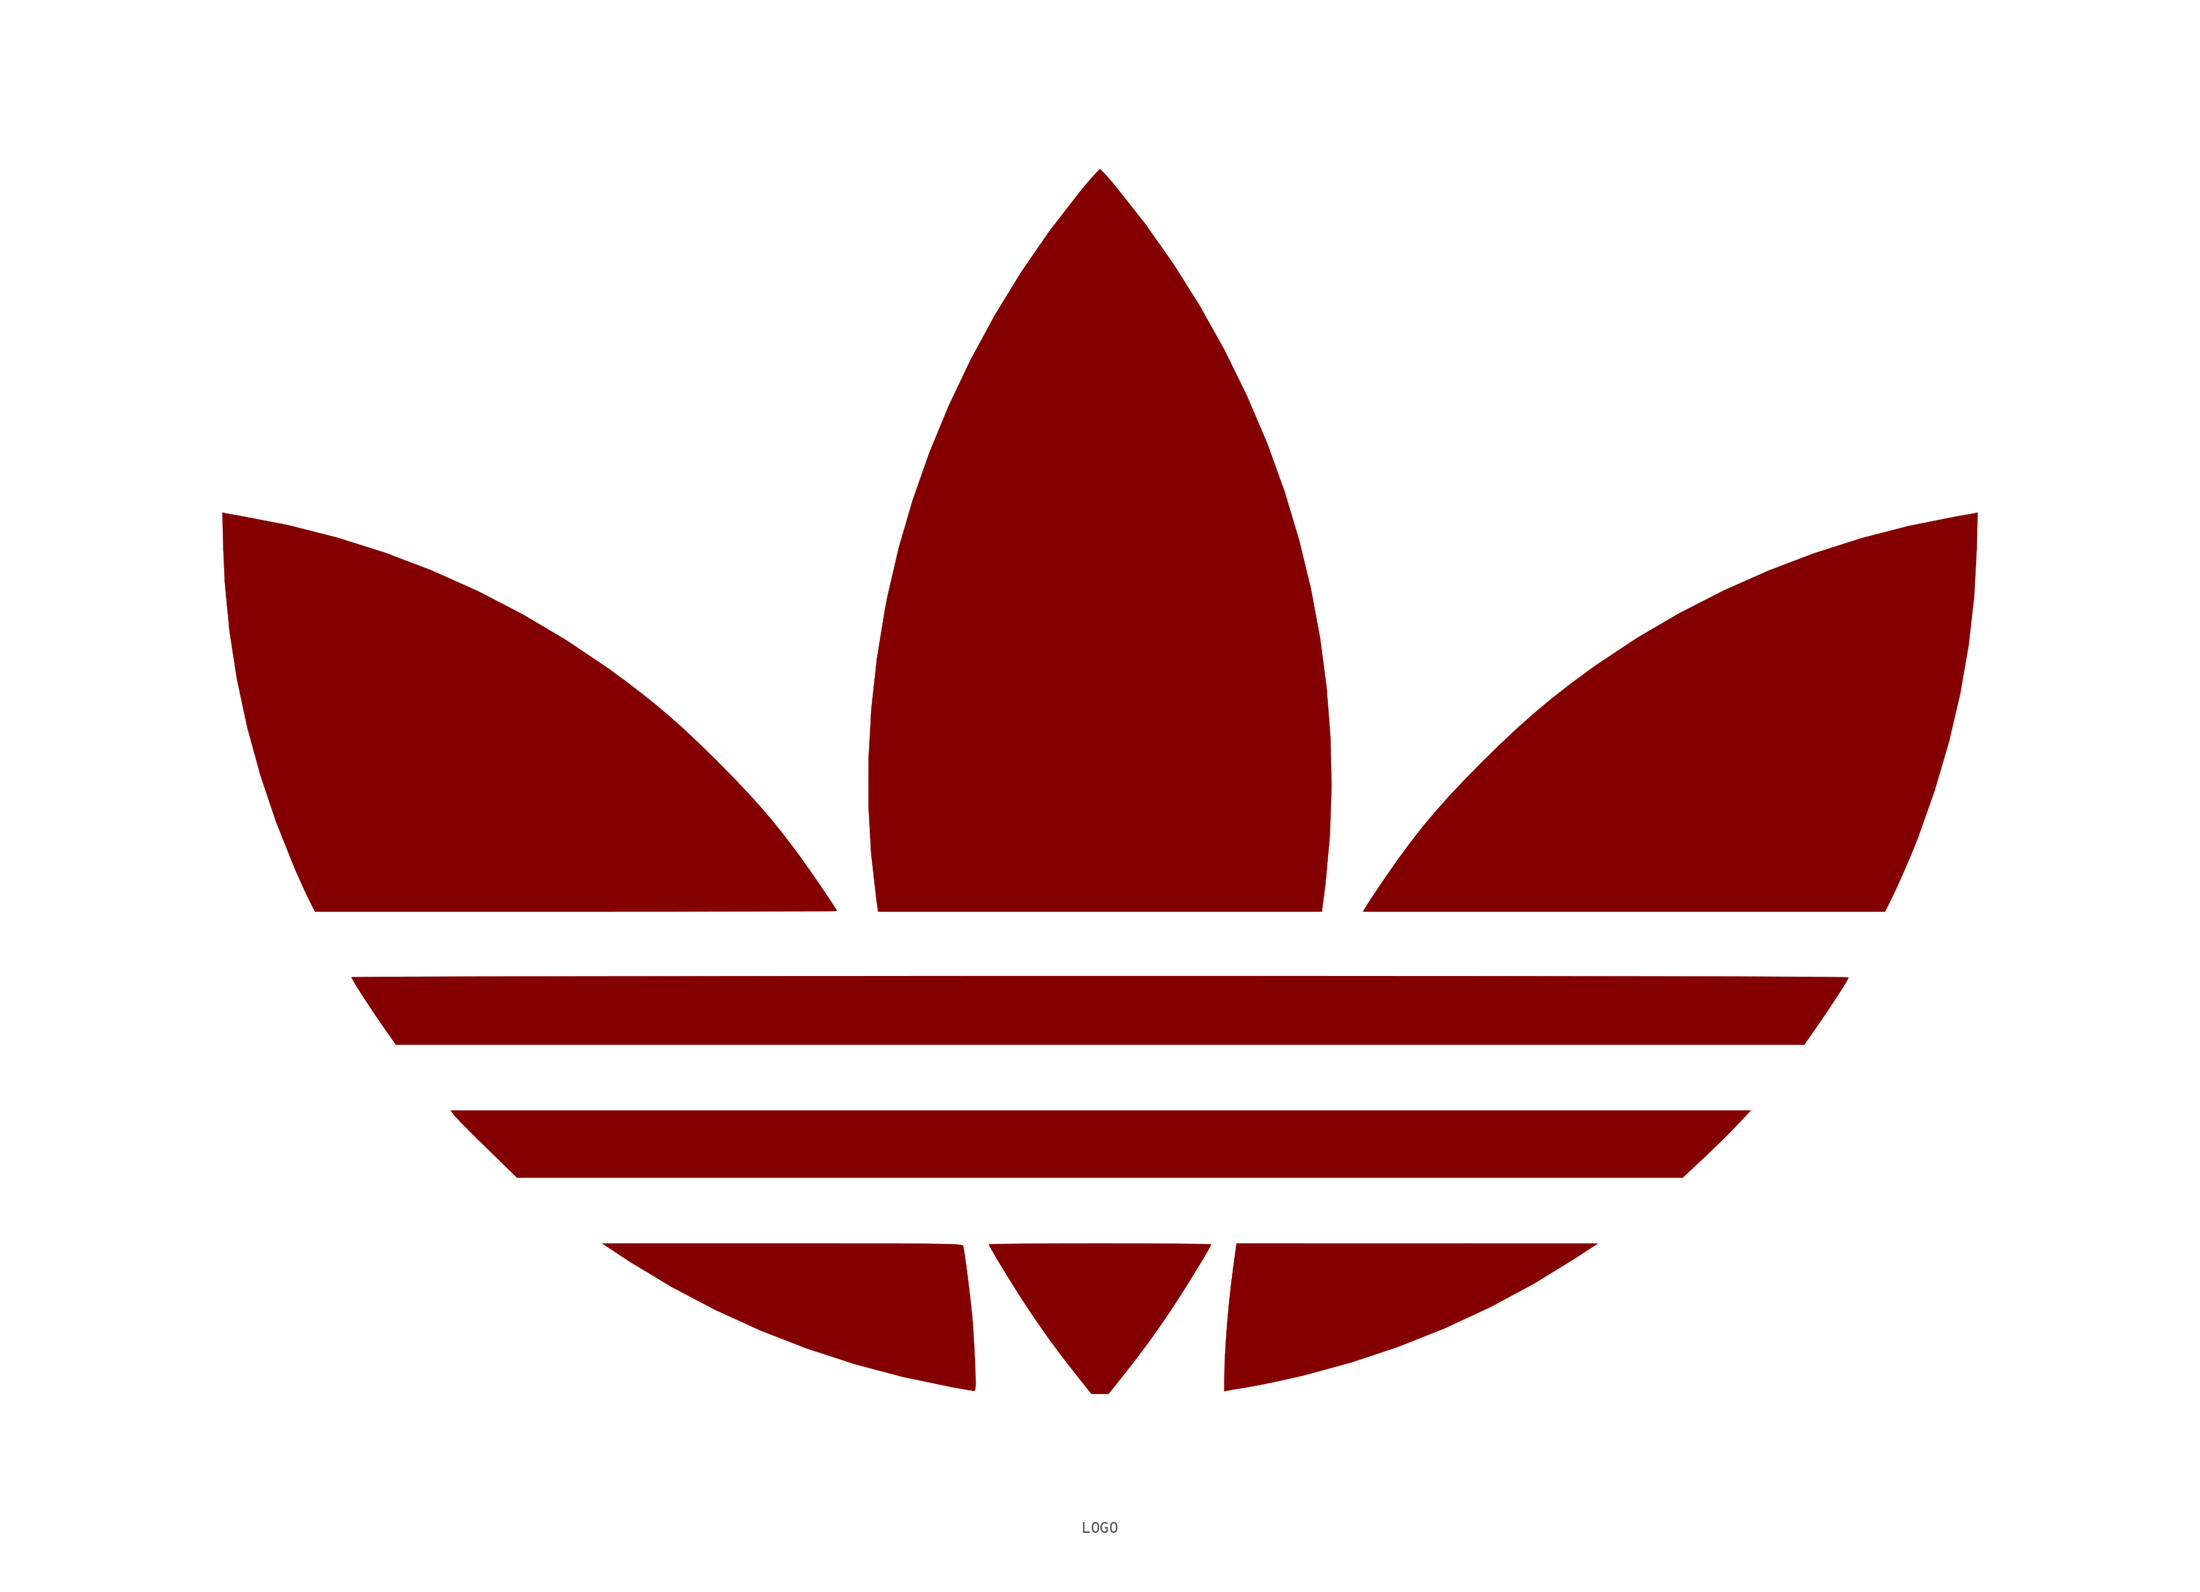
<source format=kicad_sym>
(kicad_symbol_lib
  (version 20210619)
  (generator bitmap2component)
  (symbol "LOGO"
    (pin_names
      (offset 1.016))
    (property "Reference" "#G"
      (at 0 51.792 0)
      (effects (font (size 1.27 1.27)) hide))
    (symbol "LOGO_0_0"
      (polyline (pts (xy 1.847 -51.019) (xy 2.143 -50.646) (xy 3.01 -49.536) (xy 3.777 -48.522) (xy 4.497 -47.534) (xy 5.221 -46.502) (xy 5.999 -45.357) (xy 6.004 -45.35) (xy 6.405 -44.742) (xy 6.848 -44.057) (xy 7.312 -43.326) (xy 7.777 -42.581) (xy 8.225 -41.854) (xy 8.635 -41.178) (xy 8.988 -40.585) (xy 9.265 -40.105) (xy 9.445 -39.773) (xy 9.509 -39.618) (xy 9.507 -39.617) (xy 9.354 -39.604) (xy 8.973 -39.592) (xy 8.382 -39.581) (xy 7.601 -39.571) (xy 6.65 -39.562) (xy 5.546 -39.554) (xy 4.31 -39.548) (xy 2.961 -39.543) (xy 1.518 -39.54) (xy 0 -39.539) (xy -0.2 -39.539) (xy -1.709 -39.54) (xy -3.141 -39.543) (xy -4.477 -39.548) (xy -5.697 -39.555) (xy -6.782 -39.563) (xy -7.712 -39.572) (xy -8.47 -39.582) (xy -9.034 -39.594) (xy -9.387 -39.606) (xy -9.509 -39.618) (xy -9.509 -39.619) (xy -9.443 -39.776) (xy -9.262 -40.111) (xy -8.984 -40.591) (xy -8.63 -41.186) (xy -8.22 -41.863) (xy -7.772 -42.59) (xy -7.306 -43.334) (xy -6.842 -44.065) (xy -6.4 -44.75) (xy -5.999 -45.357) (xy -5.75 -45.727) (xy -4.994 -46.83) (xy -4.277 -47.841) (xy -3.547 -48.829) (xy -2.755 -49.865) (xy -1.847 -51.019) (xy -0.728 -52.427) (xy 0.728 -52.427) (xy 1.847 -51.019)) (stroke (width 0.01)) (fill (type outline)))
      (polyline (pts (xy -10.715 -52.139) (xy -10.671 -52.023) (xy -10.647 -51.785) (xy -10.643 -51.393) (xy -10.655 -50.815) (xy -10.683 -50.018) (xy -10.697 -49.679) (xy -10.741 -48.768) (xy -10.792 -47.828) (xy -10.846 -46.952) (xy -10.897 -46.233) (xy -10.94 -45.754) (xy -11.01 -45.064) (xy -11.096 -44.281) (xy -11.194 -43.446) (xy -11.297 -42.602) (xy -11.401 -41.793) (xy -11.5 -41.061) (xy -11.588 -40.449) (xy -11.66 -40.001) (xy -11.711 -39.758) (xy -11.713 -39.753) (xy -11.736 -39.721) (xy -11.787 -39.692) (xy -11.882 -39.667) (xy -12.031 -39.644) (xy -12.248 -39.625) (xy -12.546 -39.608) (xy -12.939 -39.593) (xy -13.439 -39.581) (xy -14.058 -39.57) (xy -14.811 -39.562) (xy -15.711 -39.555) (xy -16.769 -39.549) (xy -18 -39.545) (xy -19.415 -39.543) (xy -21.029 -39.541) (xy -22.855 -39.539) (xy -24.904 -39.539) (xy -27.191 -39.539) (xy -42.603 -39.539) (xy -41.226 -40.459) (xy -40.265 -41.09) (xy -36.68 -43.254) (xy -32.954 -45.217) (xy -29.099 -46.975) (xy -25.127 -48.522) (xy -21.051 -49.853) (xy -16.883 -50.964) (xy -12.637 -51.849) (xy -12.472 -51.878) (xy -11.856 -51.987) (xy -11.334 -52.077) (xy -10.956 -52.139) (xy -10.773 -52.164) (xy -10.715 -52.139)) (stroke (width 0.01)) (fill (type outline)))
      (polyline (pts (xy 10.98 -52.126) (xy 11.258 -52.075) (xy 11.7 -52) (xy 12.194 -51.922) (xy 12.281 -51.908) (xy 12.777 -51.822) (xy 13.426 -51.701) (xy 14.153 -51.559) (xy 14.885 -51.411) (xy 17.377 -50.852) (xy 21.515 -49.724) (xy 25.574 -48.367) (xy 29.539 -46.788) (xy 33.397 -44.992) (xy 37.131 -42.986) (xy 40.728 -40.775) (xy 42.605 -39.544) (xy 27.144 -39.541) (xy 11.683 -39.539) (xy 11.413 -41.51) (xy 11.207 -43.128) (xy 11.016 -44.899) (xy 10.859 -46.658) (xy 10.741 -48.346) (xy 10.665 -49.906) (xy 10.637 -51.279) (xy 10.636 -52.196) (xy 10.98 -52.126)) (stroke (width 0.01)) (fill (type outline)))
      (polyline (pts (xy 51.576 -32.313) (xy 51.949 -31.961) (xy 52.639 -31.297) (xy 53.336 -30.613) (xy 53.975 -29.971) (xy 54.494 -29.435) (xy 55.705 -28.153) (xy -55.572 -28.153) (xy -55.314 -28.515) (xy -55.301 -28.531) (xy -55.121 -28.735) (xy -54.791 -29.082) (xy -54.336 -29.548) (xy -53.781 -30.105) (xy -53.152 -30.729) (xy -52.475 -31.392) (xy -49.894 -33.908) (xy 49.869 -33.908) (xy 51.576 -32.313)) (stroke (width 0.01)) (fill (type outline)))
      (polyline (pts (xy 61.217 -21.177) (xy 61.236 -21.15) (xy 61.733 -20.431) (xy 62.23 -19.699) (xy 62.706 -18.984) (xy 63.14 -18.318) (xy 63.514 -17.733) (xy 63.805 -17.259) (xy 63.995 -16.928) (xy 64.063 -16.772) (xy 64.038 -16.767) (xy 63.84 -16.756) (xy 63.444 -16.746) (xy 62.848 -16.736) (xy 62.049 -16.727) (xy 61.045 -16.719) (xy 59.833 -16.71) (xy 58.412 -16.703) (xy 56.779 -16.695) (xy 54.932 -16.689) (xy 52.869 -16.683) (xy 50.587 -16.677) (xy 48.084 -16.671) (xy 45.358 -16.666) (xy 42.407 -16.662) (xy 39.228 -16.658) (xy 35.819 -16.654) (xy 32.178 -16.651) (xy 28.302 -16.649) (xy 24.19 -16.646) (xy 19.839 -16.645) (xy 15.247 -16.643) (xy 10.411 -16.642) (xy 5.33 -16.642) (xy 0 -16.641) (xy -1.166 -16.641) (xy -5.14 -16.642) (xy -9.049 -16.642) (xy -12.885 -16.643) (xy -16.642 -16.645) (xy -20.311 -16.647) (xy -23.885 -16.649) (xy -27.357 -16.651) (xy -30.719 -16.654) (xy -33.964 -16.657) (xy -37.085 -16.661) (xy -40.075 -16.665) (xy -42.925 -16.669) (xy -45.628 -16.673) (xy -48.177 -16.677) (xy -50.565 -16.682) (xy -52.785 -16.687) (xy -54.828 -16.692) (xy -56.687 -16.697) (xy -58.355 -16.703) (xy -59.825 -16.709) (xy -61.089 -16.715) (xy -62.14 -16.721) (xy -62.97 -16.727) (xy -63.572 -16.733) (xy -63.939 -16.739) (xy -64.063 -16.746) (xy -64.063 -16.746) (xy -63.995 -16.904) (xy -63.807 -17.234) (xy -63.519 -17.704) (xy -63.154 -18.281) (xy -62.731 -18.931) (xy -62.274 -19.621) (xy -61.802 -20.318) (xy -61.338 -20.989) (xy -60.263 -22.522) (xy 60.276 -22.522) (xy 61.217 -21.177)) (stroke (width 0.01)) (fill (type outline)))
      (polyline (pts (xy -43.622 -11.136) (xy -41.312 -11.135) (xy -39.077 -11.134) (xy -36.929 -11.132) (xy -34.88 -11.129) (xy -32.945 -11.126) (xy -31.134 -11.122) (xy -29.46 -11.118) (xy -27.936 -11.113) (xy -26.575 -11.108) (xy -25.389 -11.102) (xy -24.39 -11.097) (xy -23.592 -11.09) (xy -23.006 -11.084) (xy -22.645 -11.077) (xy -22.522 -11.07) (xy -22.525 -11.059) (xy -22.619 -10.886) (xy -22.832 -10.549) (xy -23.14 -10.079) (xy -23.522 -9.508) (xy -23.955 -8.871) (xy -24.418 -8.198) (xy -24.887 -7.523) (xy -25.341 -6.879) (xy -25.757 -6.297) (xy -26.114 -5.811) (xy -26.265 -5.609) (xy -27.212 -4.377) (xy -28.152 -3.215) (xy -29.126 -2.079) (xy -30.174 -0.922) (xy -31.335 0.301) (xy -32.65 1.636) (xy -33.152 2.136) (xy -34.471 3.421) (xy -35.698 4.57) (xy -36.884 5.626) (xy -38.078 6.633) (xy -39.33 7.632) (xy -40.687 8.668) (xy -42.091 9.695) (xy -45.7 12.12) (xy -49.423 14.327) (xy -53.252 16.311) (xy -57.179 18.069) (xy -61.196 19.598) (xy -65.293 20.893) (xy -69.463 21.952) (xy -73.698 22.77) (xy -74.104 22.839) (xy -74.531 22.915) (xy -74.811 22.97) (xy -75.112 23.037) (xy -75.036 19.933) (xy -74.903 17.027) (xy -74.505 12.884) (xy -73.863 8.746) (xy -72.981 4.631) (xy -71.862 0.553) (xy -70.509 -3.474) (xy -68.926 -7.433) (xy -68.848 -7.612) (xy -68.527 -8.336) (xy -68.202 -9.053) (xy -67.907 -9.688) (xy -67.675 -10.166) (xy -67.188 -11.136) (xy -44.855 -11.136) (xy -43.622 -11.136)) (stroke (width 0.01)) (fill (type outline)))
      (polyline (pts (xy 19.189 -9.603) (xy 19.304 -8.702) (xy 19.679 -4.566) (xy 19.817 -0.379) (xy 19.721 3.841) (xy 19.393 8.076) (xy 18.836 12.308) (xy 18.051 16.519) (xy 17.041 20.69) (xy 15.809 24.803) (xy 14.356 28.841) (xy 14.239 29.137) (xy 12.562 33.062) (xy 10.671 36.912) (xy 8.582 40.661) (xy 6.311 44.28) (xy 3.876 47.742) (xy 1.292 51.019) (xy 1.106 51.239) (xy 0.702 51.708) (xy 0.361 52.084) (xy 0.117 52.335) (xy 0 52.427) (xy -0.033 52.409) (xy -0.208 52.245) (xy -0.497 51.936) (xy -0.869 51.516) (xy -1.292 51.019) (xy -1.718 50.504) (xy -4.33 47.128) (xy -6.77 43.587) (xy -9.026 39.899) (xy -11.091 36.087) (xy -12.954 32.169) (xy -14.606 28.165) (xy -16.036 24.097) (xy -17.236 19.983) (xy -18.195 15.845) (xy -18.394 14.823) (xy -19.096 10.523) (xy -19.567 6.263) (xy -19.806 2.054) (xy -19.814 -2.094) (xy -19.588 -6.17) (xy -19.131 -10.166) (xy -18.99 -11.136) (xy 18.985 -11.136) (xy 19.189 -9.603)) (stroke (width 0.01)) (fill (type outline)))
      (polyline (pts (xy 67.687 -10.144) (xy 67.699 -10.121) (xy 67.97 -9.555) (xy 68.306 -8.821) (xy 68.681 -7.98) (xy 69.067 -7.091) (xy 69.438 -6.217) (xy 69.767 -5.418) (xy 70.029 -4.755) (xy 71.452 -0.716) (xy 72.666 3.425) (xy 73.631 7.564) (xy 74.348 11.703) (xy 74.817 15.846) (xy 75.039 19.995) (xy 75.111 23.037) (xy 74.811 22.97) (xy 74.582 22.925) (xy 74.171 22.85) (xy 73.698 22.77) (xy 73.286 22.702) (xy 69.201 21.886) (xy 65.14 20.833) (xy 61.127 19.552) (xy 57.184 18.051) (xy 53.331 16.339) (xy 49.592 14.425) (xy 45.989 12.319) (xy 42.542 10.03) (xy 41.976 9.626) (xy 40.305 8.397) (xy 38.751 7.185) (xy 37.261 5.948) (xy 35.782 4.64) (xy 34.262 3.217) (xy 32.65 1.635) (xy 31.198 0.158) (xy 29.87 -1.254) (xy 28.664 -2.611) (xy 27.538 -3.961) (xy 26.455 -5.351) (xy 25.373 -6.83) (xy 24.253 -8.446) (xy 23.984 -8.844) (xy 23.58 -9.446) (xy 23.225 -9.982) (xy 22.949 -10.404) (xy 22.784 -10.667) (xy 22.502 -11.136) (xy 67.188 -11.136) (xy 67.687 -10.144)) (stroke (width 0.01)) (fill (type outline))))))
</source>
